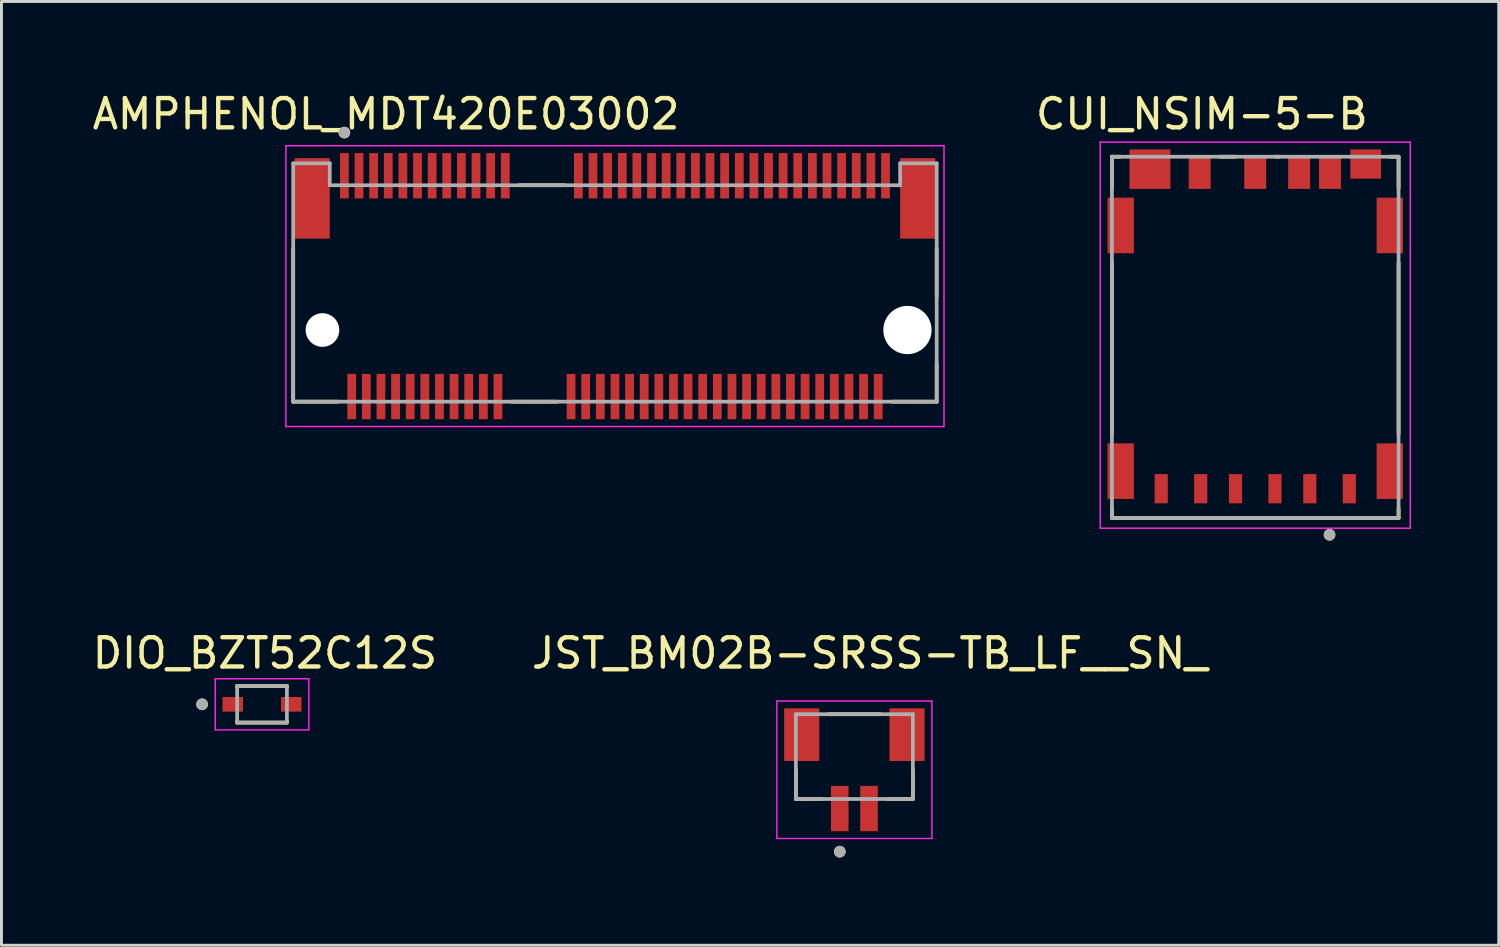
<source format=kicad_pcb>
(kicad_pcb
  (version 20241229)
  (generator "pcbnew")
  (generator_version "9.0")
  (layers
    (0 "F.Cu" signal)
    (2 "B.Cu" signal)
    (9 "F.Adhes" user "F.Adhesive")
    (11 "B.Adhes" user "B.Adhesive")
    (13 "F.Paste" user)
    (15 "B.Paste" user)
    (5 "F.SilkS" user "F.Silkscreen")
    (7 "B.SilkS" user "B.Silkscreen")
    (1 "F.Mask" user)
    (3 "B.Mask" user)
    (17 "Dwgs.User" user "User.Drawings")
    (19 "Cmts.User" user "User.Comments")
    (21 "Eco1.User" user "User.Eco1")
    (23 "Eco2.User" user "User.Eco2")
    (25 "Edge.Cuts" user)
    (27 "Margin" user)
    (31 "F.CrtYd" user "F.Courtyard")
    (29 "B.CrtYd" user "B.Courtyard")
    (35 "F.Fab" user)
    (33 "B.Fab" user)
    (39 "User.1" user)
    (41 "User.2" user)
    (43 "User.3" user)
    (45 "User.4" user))
  (footprint "AMPHENOL_MDT420E03002"
    (layer "F.Cu")
    (at 17.974 8.233)
    (property "Reference" "AMPHENOL_MDT420E03002" (at -7.825 -7.385 0) (layer "F.SilkS") (effects (font (size 1 1) (thickness 0.15))))
    (attr smd)
    (fp_line (start -11 2.45) (end -11 -2.805) (stroke (width 0.127) (type solid)) (layer "F.SilkS"))
    (fp_line (start -9.47 2.45) (end -11 2.45) (stroke (width 0.127) (type solid)) (layer "F.SilkS"))
    (fp_line (start -3.53 2.45) (end -1.97 2.45) (stroke (width 0.127) (type solid)) (layer "F.SilkS"))
    (fp_line (start -3.28 -4.95) (end -1.72 -4.95) (stroke (width 0.127) (type solid)) (layer "F.SilkS"))
    (fp_line (start 11 -2.805) (end 11 -1.145) (stroke (width 0.127) (type solid)) (layer "F.SilkS"))
    (fp_line (start 11 2.45) (end 9.47 2.45) (stroke (width 0.127) (type solid)) (layer "F.SilkS"))
    (fp_line (start 11 2.45) (end 11 1.145) (stroke (width 0.127) (type solid)) (layer "F.SilkS"))
    (fp_circle (center -9.25 -6.75) (end -9.15 -6.75) (stroke (width 0.2) (type solid)) (fill no) (layer "F.SilkS"))
    (fp_line (start -11.25 -6.3) (end -11.25 3.3) (stroke (width 0.05) (type solid)) (layer "F.CrtYd"))
    (fp_line (start -11.25 3.3) (end 11.25 3.3) (stroke (width 0.05) (type solid)) (layer "F.CrtYd"))
    (fp_line (start 11.25 -6.3) (end -11.25 -6.3) (stroke (width 0.05) (type solid)) (layer "F.CrtYd"))
    (fp_line (start 11.25 3.3) (end 11.25 -6.3) (stroke (width 0.05) (type solid)) (layer "F.CrtYd"))
    (fp_line (start -11 -5.7) (end -9.75 -5.7) (stroke (width 0.127) (type solid)) (layer "F.Fab"))
    (fp_line (start -11 2.45) (end -11 -5.7) (stroke (width 0.127) (type solid)) (layer "F.Fab"))
    (fp_line (start -9.75 -5.7) (end -9.75 -4.95) (stroke (width 0.127) (type solid)) (layer "F.Fab"))
    (fp_line (start -9.75 -4.95) (end 9.75 -4.95) (stroke (width 0.127) (type solid)) (layer "F.Fab"))
    (fp_line (start 9.75 -5.7) (end 11 -5.7) (stroke (width 0.127) (type solid)) (layer "F.Fab"))
    (fp_line (start 9.75 -4.95) (end 9.75 -5.7) (stroke (width 0.127) (type solid)) (layer "F.Fab"))
    (fp_line (start 11 -5.7) (end 11 2.45) (stroke (width 0.127) (type solid)) (layer "F.Fab"))
    (fp_line (start 11 2.45) (end -11 2.45) (stroke (width 0.127) (type solid)) (layer "F.Fab"))
    (fp_circle (center -9.25 -6.75) (end -9.15 -6.75) (stroke (width 0.2) (type solid)) (fill no) (layer "F.Fab"))
    (pad "" np_thru_hole circle (at -10 0) (size 1.15 1.15) (drill 1.15) (layers "*.Cu" "*.Mask"))
    (pad "" np_thru_hole circle (at 10 0) (size 1.65 1.65) (drill 1.65) (layers "*.Cu" "*.Mask"))
    (pad "1" smd rect (at -9.25 -5.275) (size 0.3 1.55) (layers "F.Cu" "F.Mask" "F.Paste"))
    (pad "2" smd rect (at -9 2.275) (size 0.3 1.55) (layers "F.Cu" "F.Mask" "F.Paste"))
    (pad "3" smd rect (at -8.75 -5.275) (size 0.3 1.55) (layers "F.Cu" "F.Mask" "F.Paste"))
    (pad "4" smd rect (at -8.5 2.275) (size 0.3 1.55) (layers "F.Cu" "F.Mask" "F.Paste"))
    (pad "5" smd rect (at -8.25 -5.275) (size 0.3 1.55) (layers "F.Cu" "F.Mask" "F.Paste"))
    (pad "6" smd rect (at -8 2.275) (size 0.3 1.55) (layers "F.Cu" "F.Mask" "F.Paste"))
    (pad "7" smd rect (at -7.75 -5.275) (size 0.3 1.55) (layers "F.Cu" "F.Mask" "F.Paste"))
    (pad "8" smd rect (at -7.5 2.275) (size 0.3 1.55) (layers "F.Cu" "F.Mask" "F.Paste"))
    (pad "9" smd rect (at -7.25 -5.275) (size 0.3 1.55) (layers "F.Cu" "F.Mask" "F.Paste"))
    (pad "10" smd rect (at -7 2.275) (size 0.3 1.55) (layers "F.Cu" "F.Mask" "F.Paste"))
    (pad "11" smd rect (at -6.75 -5.275) (size 0.3 1.55) (layers "F.Cu" "F.Mask" "F.Paste"))
    (pad "12" smd rect (at -6.5 2.275) (size 0.3 1.55) (layers "F.Cu" "F.Mask" "F.Paste"))
    (pad "13" smd rect (at -6.25 -5.275) (size 0.3 1.55) (layers "F.Cu" "F.Mask" "F.Paste"))
    (pad "14" smd rect (at -6 2.275) (size 0.3 1.55) (layers "F.Cu" "F.Mask" "F.Paste"))
    (pad "15" smd rect (at -5.75 -5.275) (size 0.3 1.55) (layers "F.Cu" "F.Mask" "F.Paste"))
    (pad "16" smd rect (at -5.5 2.275) (size 0.3 1.55) (layers "F.Cu" "F.Mask" "F.Paste"))
    (pad "17" smd rect (at -5.25 -5.275) (size 0.3 1.55) (layers "F.Cu" "F.Mask" "F.Paste"))
    (pad "18" smd rect (at -5 2.275) (size 0.3 1.55) (layers "F.Cu" "F.Mask" "F.Paste"))
    (pad "19" smd rect (at -4.75 -5.275) (size 0.3 1.55) (layers "F.Cu" "F.Mask" "F.Paste"))
    (pad "20" smd rect (at -4.5 2.275) (size 0.3 1.55) (layers "F.Cu" "F.Mask" "F.Paste"))
    (pad "21" smd rect (at -4.25 -5.275) (size 0.3 1.55) (layers "F.Cu" "F.Mask" "F.Paste"))
    (pad "22" smd rect (at -4 2.275) (size 0.3 1.55) (layers "F.Cu" "F.Mask" "F.Paste"))
    (pad "23" smd rect (at -3.75 -5.275) (size 0.3 1.55) (layers "F.Cu" "F.Mask" "F.Paste"))
    (pad "32" smd rect (at -1.5 2.275) (size 0.3 1.55) (layers "F.Cu" "F.Mask" "F.Paste"))
    (pad "33" smd rect (at -1.25 -5.275) (size 0.3 1.55) (layers "F.Cu" "F.Mask" "F.Paste"))
    (pad "34" smd rect (at -1 2.275) (size 0.3 1.55) (layers "F.Cu" "F.Mask" "F.Paste"))
    (pad "35" smd rect (at -0.75 -5.275) (size 0.3 1.55) (layers "F.Cu" "F.Mask" "F.Paste"))
    (pad "36" smd rect (at -0.5 2.275) (size 0.3 1.55) (layers "F.Cu" "F.Mask" "F.Paste"))
    (pad "37" smd rect (at -0.25 -5.275) (size 0.3 1.55) (layers "F.Cu" "F.Mask" "F.Paste"))
    (pad "38" smd rect (at 0 2.275) (size 0.3 1.55) (layers "F.Cu" "F.Mask" "F.Paste"))
    (pad "39" smd rect (at 0.25 -5.275) (size 0.3 1.55) (layers "F.Cu" "F.Mask" "F.Paste"))
    (pad "40" smd rect (at 0.5 2.275) (size 0.3 1.55) (layers "F.Cu" "F.Mask" "F.Paste"))
    (pad "41" smd rect (at 0.75 -5.275) (size 0.3 1.55) (layers "F.Cu" "F.Mask" "F.Paste"))
    (pad "42" smd rect (at 1 2.275) (size 0.3 1.55) (layers "F.Cu" "F.Mask" "F.Paste"))
    (pad "43" smd rect (at 1.25 -5.275) (size 0.3 1.55) (layers "F.Cu" "F.Mask" "F.Paste"))
    (pad "44" smd rect (at 1.5 2.275) (size 0.3 1.55) (layers "F.Cu" "F.Mask" "F.Paste"))
    (pad "45" smd rect (at 1.75 -5.275) (size 0.3 1.55) (layers "F.Cu" "F.Mask" "F.Paste"))
    (pad "46" smd rect (at 2 2.275) (size 0.3 1.55) (layers "F.Cu" "F.Mask" "F.Paste"))
    (pad "47" smd rect (at 2.25 -5.275) (size 0.3 1.55) (layers "F.Cu" "F.Mask" "F.Paste"))
    (pad "48" smd rect (at 2.5 2.275) (size 0.3 1.55) (layers "F.Cu" "F.Mask" "F.Paste"))
    (pad "49" smd rect (at 2.75 -5.275) (size 0.3 1.55) (layers "F.Cu" "F.Mask" "F.Paste"))
    (pad "50" smd rect (at 3 2.275) (size 0.3 1.55) (layers "F.Cu" "F.Mask" "F.Paste"))
    (pad "51" smd rect (at 3.25 -5.275) (size 0.3 1.55) (layers "F.Cu" "F.Mask" "F.Paste"))
    (pad "52" smd rect (at 3.5 2.275) (size 0.3 1.55) (layers "F.Cu" "F.Mask" "F.Paste"))
    (pad "53" smd rect (at 3.75 -5.275) (size 0.3 1.55) (layers "F.Cu" "F.Mask" "F.Paste"))
    (pad "54" smd rect (at 4 2.275) (size 0.3 1.55) (layers "F.Cu" "F.Mask" "F.Paste"))
    (pad "55" smd rect (at 4.25 -5.275) (size 0.3 1.55) (layers "F.Cu" "F.Mask" "F.Paste"))
    (pad "56" smd rect (at 4.5 2.275) (size 0.3 1.55) (layers "F.Cu" "F.Mask" "F.Paste"))
    (pad "57" smd rect (at 4.75 -5.275) (size 0.3 1.55) (layers "F.Cu" "F.Mask" "F.Paste"))
    (pad "58" smd rect (at 5 2.275) (size 0.3 1.55) (layers "F.Cu" "F.Mask" "F.Paste"))
    (pad "59" smd rect (at 5.25 -5.275) (size 0.3 1.55) (layers "F.Cu" "F.Mask" "F.Paste"))
    (pad "60" smd rect (at 5.5 2.275) (size 0.3 1.55) (layers "F.Cu" "F.Mask" "F.Paste"))
    (pad "61" smd rect (at 5.75 -5.275) (size 0.3 1.55) (layers "F.Cu" "F.Mask" "F.Paste"))
    (pad "62" smd rect (at 6 2.275) (size 0.3 1.55) (layers "F.Cu" "F.Mask" "F.Paste"))
    (pad "63" smd rect (at 6.25 -5.275) (size 0.3 1.55) (layers "F.Cu" "F.Mask" "F.Paste"))
    (pad "64" smd rect (at 6.5 2.275) (size 0.3 1.55) (layers "F.Cu" "F.Mask" "F.Paste"))
    (pad "65" smd rect (at 6.75 -5.275) (size 0.3 1.55) (layers "F.Cu" "F.Mask" "F.Paste"))
    (pad "66" smd rect (at 7 2.275) (size 0.3 1.55) (layers "F.Cu" "F.Mask" "F.Paste"))
    (pad "67" smd rect (at 7.25 -5.275) (size 0.3 1.55) (layers "F.Cu" "F.Mask" "F.Paste"))
    (pad "68" smd rect (at 7.5 2.275) (size 0.3 1.55) (layers "F.Cu" "F.Mask" "F.Paste"))
    (pad "69" smd rect (at 7.75 -5.275) (size 0.3 1.55) (layers "F.Cu" "F.Mask" "F.Paste"))
    (pad "70" smd rect (at 8 2.275) (size 0.3 1.55) (layers "F.Cu" "F.Mask" "F.Paste"))
    (pad "71" smd rect (at 8.25 -5.275) (size 0.3 1.55) (layers "F.Cu" "F.Mask" "F.Paste"))
    (pad "72" smd rect (at 8.5 2.275) (size 0.3 1.55) (layers "F.Cu" "F.Mask" "F.Paste"))
    (pad "73" smd rect (at 8.75 -5.275) (size 0.3 1.55) (layers "F.Cu" "F.Mask" "F.Paste"))
    (pad "74" smd rect (at 9 2.275) (size 0.3 1.55) (layers "F.Cu" "F.Mask" "F.Paste"))
    (pad "75" smd rect (at 9.25 -5.275) (size 0.3 1.55) (layers "F.Cu" "F.Mask" "F.Paste"))
    (pad "SH1" smd rect (at -10.35 -4.5) (size 1.2 2.75) (layers "F.Cu" "F.Mask" "F.Paste"))
    (pad "SH2" smd rect (at 10.35 -4.5) (size 1.2 2.75) (layers "F.Cu" "F.Mask" "F.Paste")))
  (footprint "DIO_BZT52C12S"
    (layer "F.Cu")
    (at 5.908 21.029)
    (property "Reference" "DIO_BZT52C12S" (at 0.098 -1.748 0) (layer "F.SilkS") (effects (font (size 1 1) (thickness 0.15))))
    (attr smd)
    (fp_line (start -0.85 -0.625) (end 0.85 -0.625) (stroke (width 0.127) (type solid)) (layer "F.SilkS"))
    (fp_line (start -0.85 -0.57) (end -0.85 -0.625) (stroke (width 0.127) (type solid)) (layer "F.SilkS"))
    (fp_line (start -0.85 0.57) (end -0.85 0.625) (stroke (width 0.127) (type solid)) (layer "F.SilkS"))
    (fp_line (start 0.85 -0.57) (end 0.85 -0.625) (stroke (width 0.127) (type solid)) (layer "F.SilkS"))
    (fp_line (start 0.85 0.57) (end 0.85 0.625) (stroke (width 0.127) (type solid)) (layer "F.SilkS"))
    (fp_line (start 0.85 0.625) (end -0.85 0.625) (stroke (width 0.127) (type solid)) (layer "F.SilkS"))
    (fp_circle (center -2.049 0) (end -1.949 0) (stroke (width 0.2) (type solid)) (fill no) (layer "F.SilkS"))
    (fp_line (start -1.6 -0.875) (end -1.6 0.875) (stroke (width 0.05) (type solid)) (layer "F.CrtYd"))
    (fp_line (start -1.6 0.875) (end 1.6 0.875) (stroke (width 0.05) (type solid)) (layer "F.CrtYd"))
    (fp_line (start 1.6 -0.875) (end -1.6 -0.875) (stroke (width 0.05) (type solid)) (layer "F.CrtYd"))
    (fp_line (start 1.6 0.875) (end 1.6 -0.875) (stroke (width 0.05) (type solid)) (layer "F.CrtYd"))
    (fp_line (start -0.85 -0.625) (end 0.85 -0.625) (stroke (width 0.127) (type solid)) (layer "F.Fab"))
    (fp_line (start -0.85 0.625) (end -0.85 -0.625) (stroke (width 0.127) (type solid)) (layer "F.Fab"))
    (fp_line (start 0.85 -0.625) (end 0.85 0.625) (stroke (width 0.127) (type solid)) (layer "F.Fab"))
    (fp_line (start 0.85 0.625) (end -0.85 0.625) (stroke (width 0.127) (type solid)) (layer "F.Fab"))
    (fp_circle (center -2.049 0) (end -1.949 0) (stroke (width 0.2) (type solid)) (fill no) (layer "F.Fab"))
    (pad "A" smd rect (at 1 0) (size 0.7 0.5) (layers "F.Cu" "F.Mask" "F.Paste"))
    (pad "C" smd rect (at -1 0) (size 0.7 0.5) (layers "F.Cu" "F.Mask" "F.Paste")))
  (footprint "CUI_NSIM-5-B"
    (layer "F.Cu")
    (at 39.865 8.483)
    (property "Reference" "CUI_NSIM-5-B" (at -1.825 -7.635 0) (layer "F.SilkS") (effects (font (size 1 1) (thickness 0.15))))
    (attr smd)
    (fp_line (start -4.9 -6.175) (end -4.9 -5.095) (stroke (width 0.127) (type solid)) (layer "F.SilkS"))
    (fp_line (start -4.9 3.305) (end -4.9 -2.555) (stroke (width 0.127) (type solid)) (layer "F.SilkS"))
    (fp_line (start -4.9 6.175) (end -4.9 5.845) (stroke (width 0.127) (type solid)) (layer "F.SilkS"))
    (fp_line (start -4.62 -6.175) (end -4.9 -6.175) (stroke (width 0.127) (type solid)) (layer "F.SilkS"))
    (fp_line (start -1.205 -6.175) (end -0.695 -6.175) (stroke (width 0.127) (type solid)) (layer "F.SilkS"))
    (fp_line (start 0.695 -6.175) (end 0.805 -6.175) (stroke (width 0.127) (type solid)) (layer "F.SilkS"))
    (fp_line (start 4.62 -6.175) (end 4.9 -6.175) (stroke (width 0.127) (type solid)) (layer "F.SilkS"))
    (fp_line (start 4.9 -6.175) (end 4.9 -5.095) (stroke (width 0.127) (type solid)) (layer "F.SilkS"))
    (fp_line (start 4.9 3.305) (end 4.9 -2.555) (stroke (width 0.127) (type solid)) (layer "F.SilkS"))
    (fp_line (start 4.9 5.845) (end 4.9 6.175) (stroke (width 0.127) (type solid)) (layer "F.SilkS"))
    (fp_line (start 4.9 6.175) (end -4.9 6.175) (stroke (width 0.127) (type solid)) (layer "F.SilkS"))
    (fp_circle (center 2.54 6.75) (end 2.64 6.75) (stroke (width 0.2) (type solid)) (fill no) (layer "F.SilkS"))
    (fp_line (start -5.3 -6.675) (end -5.3 6.525) (stroke (width 0.05) (type solid)) (layer "F.CrtYd"))
    (fp_line (start -5.3 6.525) (end 5.3 6.525) (stroke (width 0.05) (type solid)) (layer "F.CrtYd"))
    (fp_line (start 5.3 -6.675) (end -5.3 -6.675) (stroke (width 0.05) (type solid)) (layer "F.CrtYd"))
    (fp_line (start 5.3 6.525) (end 5.3 -6.675) (stroke (width 0.05) (type solid)) (layer "F.CrtYd"))
    (fp_line (start -4.9 -6.175) (end 4.9 -6.175) (stroke (width 0.127) (type solid)) (layer "F.Fab"))
    (fp_line (start -4.9 6.175) (end -4.9 -6.175) (stroke (width 0.127) (type solid)) (layer "F.Fab"))
    (fp_line (start 4.9 -6.175) (end 4.9 6.175) (stroke (width 0.127) (type solid)) (layer "F.Fab"))
    (fp_line (start 4.9 6.175) (end -4.9 6.175) (stroke (width 0.127) (type solid)) (layer "F.Fab"))
    (fp_circle (center 2.54 6.75) (end 2.64 6.75) (stroke (width 0.2) (type solid)) (fill no) (layer "F.Fab"))
    (pad "C1_1" smd rect (at 3.215 5.175) (size 0.45 1) (layers "F.Cu" "F.Mask" "F.Paste"))
    (pad "C1_2" smd rect (at 1.865 5.175) (size 0.45 1) (layers "F.Cu" "F.Mask" "F.Paste"))
    (pad "C2_1" smd rect (at 0.675 5.175) (size 0.45 1) (layers "F.Cu" "F.Mask" "F.Paste"))
    (pad "C2_2" smd rect (at -0.675 5.175) (size 0.45 1) (layers "F.Cu" "F.Mask" "F.Paste"))
    (pad "C3_1" smd rect (at -1.865 5.175) (size 0.45 1) (layers "F.Cu" "F.Mask" "F.Paste"))
    (pad "C3_2" smd rect (at -3.215 5.175) (size 0.45 1) (layers "F.Cu" "F.Mask" "F.Paste"))
    (pad "C5" smd rect (at 2.555 -5.65) (size 0.75 1.15) (layers "F.Cu" "F.Mask" "F.Paste"))
    (pad "C6" smd rect (at 0 -5.65) (size 0.75 1.15) (layers "F.Cu" "F.Mask" "F.Paste"))
    (pad "C7" smd rect (at -1.9 -5.65) (size 0.75 1.15) (layers "F.Cu" "F.Mask" "F.Paste"))
    (pad "CD" smd rect (at 1.5 -5.65) (size 0.75 1.15) (layers "F.Cu" "F.Mask" "F.Paste"))
    (pad "G1" smd rect (at -4.6 4.575) (size 0.9 1.9) (layers "F.Cu" "F.Mask" "F.Paste"))
    (pad "G2" smd rect (at 4.6 4.575) (size 0.9 1.9) (layers "F.Cu" "F.Mask" "F.Paste"))
    (pad "G3" smd rect (at -4.6 -3.825) (size 0.9 1.9) (layers "F.Cu" "F.Mask" "F.Paste"))
    (pad "G4" smd rect (at 4.6 -3.825) (size 0.9 1.9) (layers "F.Cu" "F.Mask" "F.Paste"))
    (pad "G5" smd rect (at -3.6 -5.75) (size 1.4 1.35) (layers "F.Cu" "F.Mask" "F.Paste"))
    (pad "G6" smd rect (at 3.775 -5.925) (size 1.05 1) (layers "F.Cu" "F.Mask" "F.Paste")))
  (footprint "JST_BM02B-SRSS-TB_LF__SN_"
    (layer "F.Cu")
    (at 26.16 22.067)
    (property "Reference" "JST_BM02B-SRSS-TB_LF__SN_" (at 0.525 -2.785 0) (layer "F.SilkS") (effects (font (size 1 1) (thickness 0.15))))
    (attr smd)
    (fp_line (start -2 2.2) (end -2 1.22) (stroke (width 0.127) (type solid)) (layer "F.SilkS"))
    (fp_line (start -1.12 2.2) (end -2 2.2) (stroke (width 0.127) (type solid)) (layer "F.SilkS"))
    (fp_line (start -0.88 -0.7) (end 0.88 -0.7) (stroke (width 0.127) (type solid)) (layer "F.SilkS"))
    (fp_line (start 2 2.2) (end 1.12 2.2) (stroke (width 0.127) (type solid)) (layer "F.SilkS"))
    (fp_line (start 2 2.2) (end 2 1.22) (stroke (width 0.127) (type solid)) (layer "F.SilkS"))
    (fp_circle (center -0.5 4) (end -0.4 4) (stroke (width 0.2) (type solid)) (fill no) (layer "F.SilkS"))
    (fp_line (start -2.65 -1.15) (end -2.65 3.55) (stroke (width 0.05) (type solid)) (layer "F.CrtYd"))
    (fp_line (start -2.65 3.55) (end 2.65 3.55) (stroke (width 0.05) (type solid)) (layer "F.CrtYd"))
    (fp_line (start 2.65 -1.15) (end -2.65 -1.15) (stroke (width 0.05) (type solid)) (layer "F.CrtYd"))
    (fp_line (start 2.65 3.55) (end 2.65 -1.15) (stroke (width 0.05) (type solid)) (layer "F.CrtYd"))
    (fp_line (start -2 -0.7) (end 2 -0.7) (stroke (width 0.127) (type solid)) (layer "F.Fab"))
    (fp_line (start -2 2.2) (end -2 -0.7) (stroke (width 0.127) (type solid)) (layer "F.Fab"))
    (fp_line (start 2 -0.7) (end 2 2.2) (stroke (width 0.127) (type solid)) (layer "F.Fab"))
    (fp_line (start 2 2.2) (end -2 2.2) (stroke (width 0.127) (type solid)) (layer "F.Fab"))
    (fp_circle (center -0.5 4) (end -0.4 4) (stroke (width 0.2) (type solid)) (fill no) (layer "F.Fab"))
    (pad "1" smd rect (at -0.5 2.525) (size 0.6 1.55) (layers "F.Cu" "F.Mask" "F.Paste"))
    (pad "2" smd rect (at 0.5 2.525) (size 0.6 1.55) (layers "F.Cu" "F.Mask" "F.Paste"))
    (pad "S1" smd rect (at -1.8 0) (size 1.2 1.8) (layers "F.Cu" "F.Mask" "F.Paste"))
    (pad "S2" smd rect (at 1.8 0) (size 1.2 1.8) (layers "F.Cu" "F.Mask" "F.Paste")))
  (gr_rect
    (start -3 -3)
    (end 48.19 29.267)
    (stroke (width 0.1) (type default))
    (fill no)
    (layer "Edge.Cuts")))
</source>
